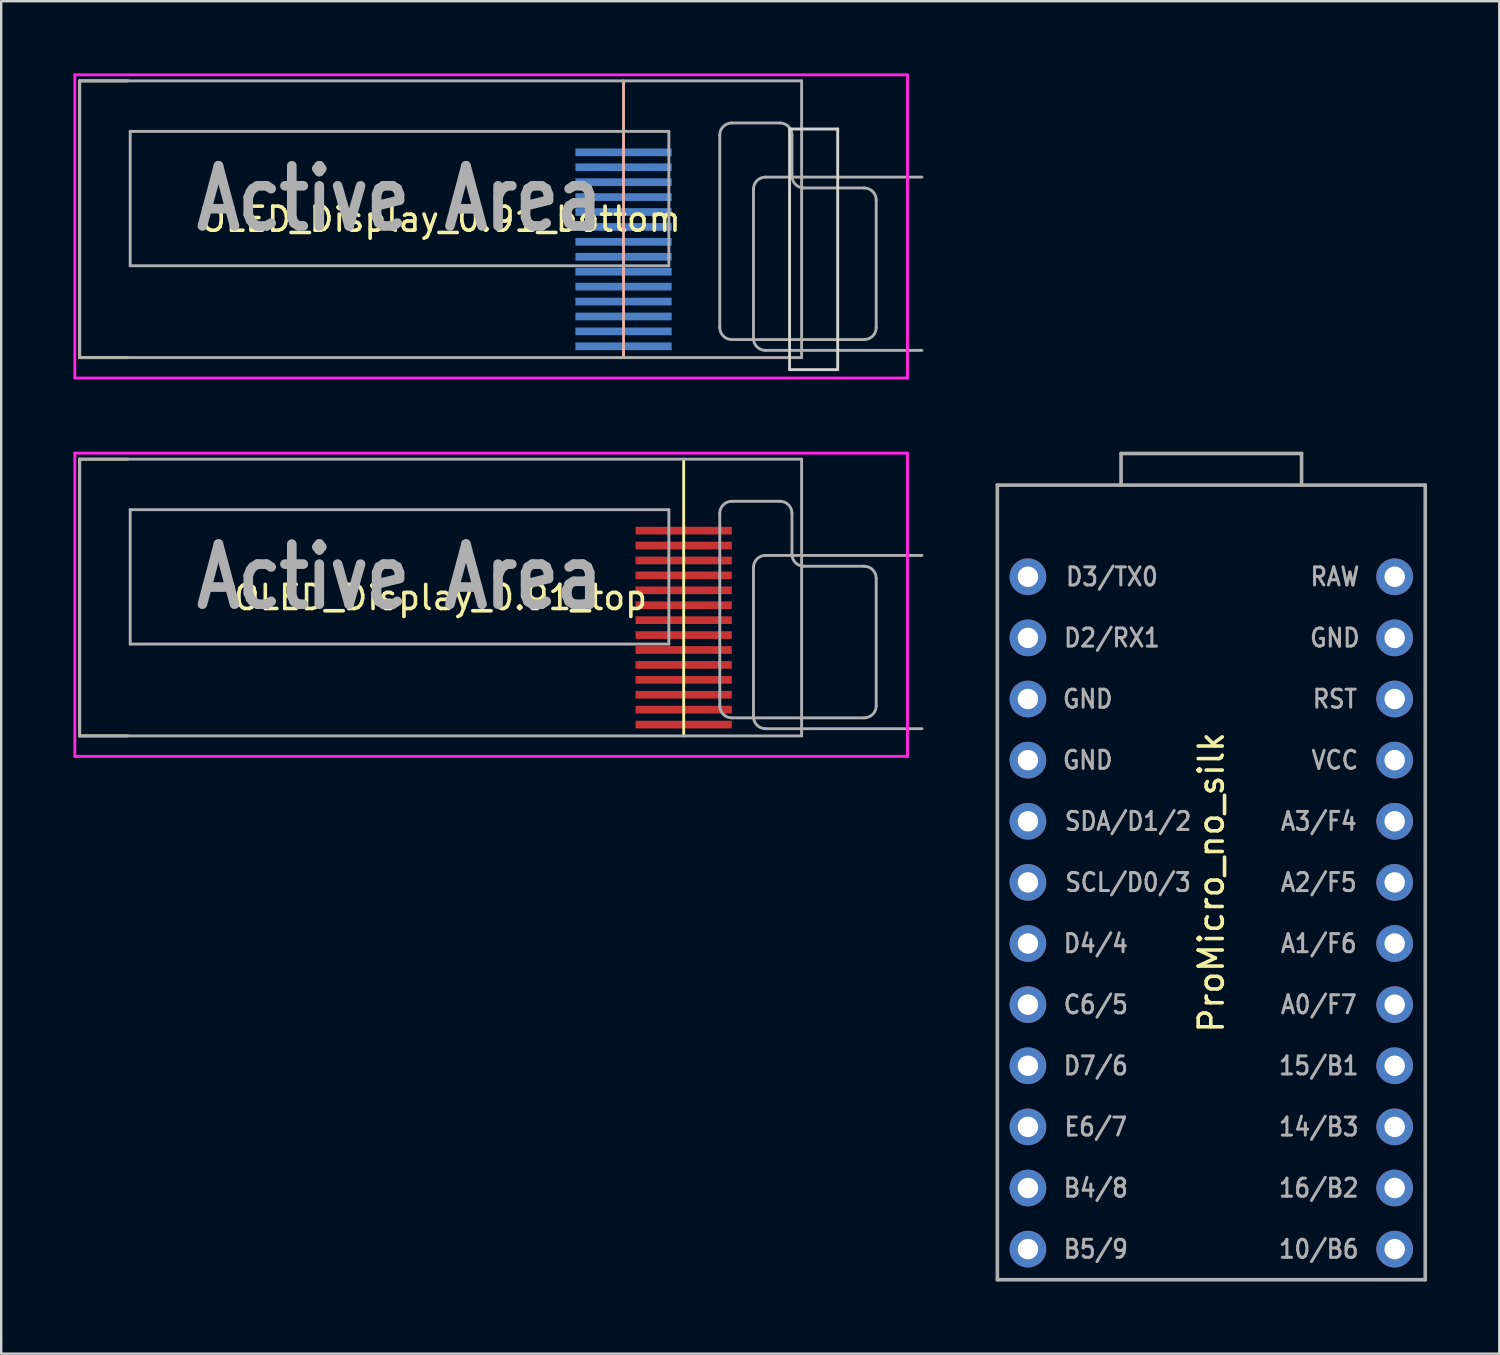
<source format=kicad_pcb>
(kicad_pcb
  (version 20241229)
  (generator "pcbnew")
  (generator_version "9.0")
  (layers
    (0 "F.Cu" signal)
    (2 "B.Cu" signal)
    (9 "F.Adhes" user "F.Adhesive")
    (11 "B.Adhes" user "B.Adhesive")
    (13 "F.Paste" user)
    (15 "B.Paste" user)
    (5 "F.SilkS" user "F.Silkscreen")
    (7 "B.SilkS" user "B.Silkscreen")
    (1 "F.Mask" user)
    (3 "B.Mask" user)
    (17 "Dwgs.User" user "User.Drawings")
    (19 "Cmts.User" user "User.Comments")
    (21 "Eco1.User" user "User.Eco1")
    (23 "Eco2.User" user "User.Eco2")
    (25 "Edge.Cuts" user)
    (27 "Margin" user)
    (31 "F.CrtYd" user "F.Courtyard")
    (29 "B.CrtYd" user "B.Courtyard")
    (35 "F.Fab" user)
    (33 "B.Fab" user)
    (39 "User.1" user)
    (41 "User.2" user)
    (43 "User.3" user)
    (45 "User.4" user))
  (footprint "OLED_Display_0.91_top"
    (layer "F.Cu")
    (at 15.26 21.78)
    (property "Reference" "OLED_Display_0.91_top" (at 0 0 0) (layer "F.SilkS") (effects (font (size 1 1) (thickness 0.15))))
    (attr smd)
    (fp_line (start -15 -5.75) (end -15 5.75) (stroke (width 0.12) (type solid)) (layer "F.SilkS"))
    (fp_line (start -15 5.75) (end -13 5.75) (stroke (width 0.12) (type solid)) (layer "F.SilkS"))
    (fp_line (start -13 -5.75) (end -15 -5.75) (stroke (width 0.12) (type solid)) (layer "F.SilkS"))
    (fp_line (start 10.1 -5.75) (end 10.1 5.75) (stroke (width 0.12) (type solid)) (layer "F.SilkS"))
    (fp_line (start -14.5 -5.4) (end 11.4 -5.4) (stroke (width 0.12) (type solid)) (layer "Eco1.User"))
    (fp_line (start -14.5 4.6) (end -14.5 -5.4) (stroke (width 0.12) (type solid)) (layer "Eco1.User"))
    (fp_line (start 11.4 -5.4) (end 11.4 4.6) (stroke (width 0.12) (type solid)) (layer "Eco1.User"))
    (fp_line (start 11.4 4.6) (end -14.5 4.6) (stroke (width 0.12) (type solid)) (layer "Eco1.User"))
    (fp_line (start -15.2 -6) (end 19.4 -6) (stroke (width 0.12) (type solid)) (layer "F.CrtYd"))
    (fp_line (start -15.2 6.6) (end -15.2 -6) (stroke (width 0.12) (type solid)) (layer "F.CrtYd"))
    (fp_line (start 19.4 -6) (end 19.4 6.6) (stroke (width 0.12) (type solid)) (layer "F.CrtYd"))
    (fp_line (start 19.4 6.6) (end -15.2 6.6) (stroke (width 0.12) (type solid)) (layer "F.CrtYd"))
    (fp_line (start -15 -5.75) (end 15 -5.75) (stroke (width 0.12) (type solid)) (layer "F.Fab"))
    (fp_line (start -15 5.75) (end -15 -5.75) (stroke (width 0.12) (type solid)) (layer "F.Fab"))
    (fp_line (start -12.9 -3.65) (end 9.484 -3.65) (stroke (width 0.12) (type solid)) (layer "F.Fab"))
    (fp_line (start -12.9 1.934) (end -12.9 -3.65) (stroke (width 0.12) (type solid)) (layer "F.Fab"))
    (fp_line (start 9.484 -3.65) (end 9.484 1.934) (stroke (width 0.12) (type solid)) (layer "F.Fab"))
    (fp_line (start 9.484 1.934) (end -12.9 1.934) (stroke (width 0.12) (type solid)) (layer "F.Fab"))
    (fp_line (start 11.6 4.5) (end 11.6 -3.5) (stroke (width 0.12) (type solid)) (layer "F.Fab"))
    (fp_line (start 12.1 -4) (end 14.1 -4) (stroke (width 0.12) (type solid)) (layer "F.Fab"))
    (fp_line (start 13 -1.25) (end 13 4.95) (stroke (width 0.12) (type solid)) (layer "F.Fab"))
    (fp_line (start 13.5 5.45) (end 20 5.45) (stroke (width 0.12) (type solid)) (layer "F.Fab"))
    (fp_line (start 14.6 -3.5) (end 14.6 -1.8) (stroke (width 0.12) (type solid)) (layer "F.Fab"))
    (fp_line (start 15 -5.75) (end 15 5.75) (stroke (width 0.12) (type solid)) (layer "F.Fab"))
    (fp_line (start 15 5.75) (end -15 5.75) (stroke (width 0.12) (type solid)) (layer "F.Fab"))
    (fp_line (start 15.1 -1.3) (end 17.6 -1.3) (stroke (width 0.12) (type solid)) (layer "F.Fab"))
    (fp_line (start 17.6 5) (end 12.1 5) (stroke (width 0.12) (type solid)) (layer "F.Fab"))
    (fp_line (start 18.1 -0.8) (end 18.1 4.5) (stroke (width 0.12) (type solid)) (layer "F.Fab"))
    (fp_line (start 20 -1.75) (end 13.5 -1.75) (stroke (width 0.12) (type solid)) (layer "F.Fab"))
    (fp_arc (start 11.6 -3.5) (mid 11.746447 -3.853553) (end 12.1 -4) (stroke (width 0.12) (type solid)) (layer "F.Fab"))
    (fp_arc (start 12.1 5) (mid 11.746447 4.853553) (end 11.6 4.5) (stroke (width 0.12) (type solid)) (layer "F.Fab"))
    (fp_arc (start 13 -1.25) (mid 13.146447 -1.603553) (end 13.5 -1.75) (stroke (width 0.12) (type solid)) (layer "F.Fab"))
    (fp_arc (start 13.5 5.45) (mid 13.146447 5.303553) (end 13 4.95) (stroke (width 0.12) (type solid)) (layer "F.Fab"))
    (fp_arc (start 14.1 -4) (mid 14.453553 -3.853553) (end 14.6 -3.5) (stroke (width 0.12) (type solid)) (layer "F.Fab"))
    (fp_arc (start 15.1 -1.3) (mid 14.746447 -1.446447) (end 14.6 -1.8) (stroke (width 0.12) (type solid)) (layer "F.Fab"))
    (fp_arc (start 17.6 -1.3) (mid 17.953553 -1.153553) (end 18.1 -0.8) (stroke (width 0.12) (type solid)) (layer "F.Fab"))
    (fp_arc (start 18.1 4.5) (mid 17.953553 4.853553) (end 17.6 5) (stroke (width 0.12) (type solid)) (layer "F.Fab"))
    (fp_text user "Active Area" (at -1.708 -0.858 0) (layer "F.Fab") (effects (font (size 2.5 2) (thickness 0.4))))
    (pad "1" smd rect (at 10.1 5.28) (size 4 0.32) (layers "F.Cu" "F.Mask" "F.Paste"))
    (pad "2" smd rect (at 10.1 4.66) (size 4 0.32) (layers "F.Cu" "F.Mask" "F.Paste"))
    (pad "3" smd rect (at 10.1 4.04) (size 4 0.32) (layers "F.Cu" "F.Mask" "F.Paste"))
    (pad "4" smd rect (at 10.1 3.42) (size 4 0.32) (layers "F.Cu" "F.Mask" "F.Paste"))
    (pad "5" smd rect (at 10.1 2.8) (size 4 0.32) (layers "F.Cu" "F.Mask" "F.Paste"))
    (pad "6" smd rect (at 10.1 2.18) (size 4 0.32) (layers "F.Cu" "F.Mask" "F.Paste"))
    (pad "7" smd rect (at 10.1 1.56) (size 4 0.32) (layers "F.Cu" "F.Mask" "F.Paste"))
    (pad "8" smd rect (at 10.1 0.94) (size 4 0.32) (layers "F.Cu" "F.Mask" "F.Paste"))
    (pad "9" smd rect (at 10.1 0.32) (size 4 0.32) (layers "F.Cu" "F.Mask" "F.Paste"))
    (pad "10" smd rect (at 10.1 -0.3) (size 4 0.32) (layers "F.Cu" "F.Mask" "F.Paste"))
    (pad "11" smd rect (at 10.1 -0.92) (size 4 0.32) (layers "F.Cu" "F.Mask" "F.Paste"))
    (pad "12" smd rect (at 10.1 -1.54) (size 4 0.32) (layers "F.Cu" "F.Mask" "F.Paste"))
    (pad "13" smd rect (at 10.1 -2.16) (size 4 0.32) (layers "F.Cu" "F.Mask" "F.Paste"))
    (pad "14" smd rect (at 10.1 -2.78) (size 4 0.32) (layers "F.Cu" "F.Mask" "F.Paste")))
  (footprint "OLED_Display_0.91_bottom"
    (layer "F.Cu")
    (at 15.26 6.06)
    (property "Reference" "OLED_Display_0.91_bottom" (at 0 0 0) (layer "F.SilkS") (effects (font (size 1 1) (thickness 0.15))))
    (attr smd)
    (fp_line (start -15 -5.75) (end -15 5.75) (stroke (width 0.12) (type solid)) (layer "F.SilkS"))
    (fp_line (start -15 5.75) (end -13 5.75) (stroke (width 0.12) (type solid)) (layer "F.SilkS"))
    (fp_line (start -13 -5.75) (end -15 -5.75) (stroke (width 0.12) (type solid)) (layer "F.SilkS"))
    (fp_line (start 7.6 -5.75) (end 7.6 5.75) (stroke (width 0.12) (type solid)) (layer "B.SilkS"))
    (fp_line (start -14.5 -5.4) (end 11.4 -5.4) (stroke (width 0.12) (type solid)) (layer "Eco1.User"))
    (fp_line (start -14.5 4.6) (end -14.5 -5.4) (stroke (width 0.12) (type solid)) (layer "Eco1.User"))
    (fp_line (start 11.4 -5.4) (end 11.4 4.6) (stroke (width 0.12) (type solid)) (layer "Eco1.User"))
    (fp_line (start 11.4 4.6) (end -14.5 4.6) (stroke (width 0.12) (type solid)) (layer "Eco1.User"))
    (fp_line (start 14.5 -3.75) (end 16.5 -3.75) (stroke (width 0.12) (type solid)) (layer "Edge.Cuts"))
    (fp_line (start 14.5 6.25) (end 14.5 -3.75) (stroke (width 0.12) (type solid)) (layer "Edge.Cuts"))
    (fp_line (start 16.5 -3.75) (end 16.5 6.25) (stroke (width 0.12) (type solid)) (layer "Edge.Cuts"))
    (fp_line (start 16.5 6.25) (end 14.5 6.25) (stroke (width 0.12) (type solid)) (layer "Edge.Cuts"))
    (fp_line (start -15.2 -6) (end 19.4 -6) (stroke (width 0.12) (type solid)) (layer "F.CrtYd"))
    (fp_line (start -15.2 6.6) (end -15.2 -6) (stroke (width 0.12) (type solid)) (layer "F.CrtYd"))
    (fp_line (start 19.4 -6) (end 19.4 6.6) (stroke (width 0.12) (type solid)) (layer "F.CrtYd"))
    (fp_line (start 19.4 6.6) (end -15.2 6.6) (stroke (width 0.12) (type solid)) (layer "F.CrtYd"))
    (fp_line (start -15 -5.75) (end 15 -5.75) (stroke (width 0.12) (type solid)) (layer "F.Fab"))
    (fp_line (start -15 5.75) (end -15 -5.75) (stroke (width 0.12) (type solid)) (layer "F.Fab"))
    (fp_line (start -12.9 -3.65) (end 9.484 -3.65) (stroke (width 0.12) (type solid)) (layer "F.Fab"))
    (fp_line (start -12.9 1.934) (end -12.9 -3.65) (stroke (width 0.12) (type solid)) (layer "F.Fab"))
    (fp_line (start 9.484 -3.65) (end 9.484 1.934) (stroke (width 0.12) (type solid)) (layer "F.Fab"))
    (fp_line (start 9.484 1.934) (end -12.9 1.934) (stroke (width 0.12) (type solid)) (layer "F.Fab"))
    (fp_line (start 11.6 4.5) (end 11.6 -3.5) (stroke (width 0.12) (type solid)) (layer "F.Fab"))
    (fp_line (start 12.1 -4) (end 14.1 -4) (stroke (width 0.12) (type solid)) (layer "F.Fab"))
    (fp_line (start 13 -1.25) (end 13 4.95) (stroke (width 0.12) (type solid)) (layer "F.Fab"))
    (fp_line (start 13.5 5.45) (end 20 5.45) (stroke (width 0.12) (type solid)) (layer "F.Fab"))
    (fp_line (start 14.6 -3.5) (end 14.6 -1.8) (stroke (width 0.12) (type solid)) (layer "F.Fab"))
    (fp_line (start 15 -5.75) (end 15 5.75) (stroke (width 0.12) (type solid)) (layer "F.Fab"))
    (fp_line (start 15 5.75) (end -15 5.75) (stroke (width 0.12) (type solid)) (layer "F.Fab"))
    (fp_line (start 15.1 -1.3) (end 17.6 -1.3) (stroke (width 0.12) (type solid)) (layer "F.Fab"))
    (fp_line (start 17.6 5) (end 12.1 5) (stroke (width 0.12) (type solid)) (layer "F.Fab"))
    (fp_line (start 18.1 -0.8) (end 18.1 4.5) (stroke (width 0.12) (type solid)) (layer "F.Fab"))
    (fp_line (start 20 -1.75) (end 13.5 -1.75) (stroke (width 0.12) (type solid)) (layer "F.Fab"))
    (fp_arc (start 11.6 -3.5) (mid 11.746447 -3.853553) (end 12.1 -4) (stroke (width 0.12) (type solid)) (layer "F.Fab"))
    (fp_arc (start 12.1 5) (mid 11.746447 4.853553) (end 11.6 4.5) (stroke (width 0.12) (type solid)) (layer "F.Fab"))
    (fp_arc (start 13 -1.25) (mid 13.146447 -1.603553) (end 13.5 -1.75) (stroke (width 0.12) (type solid)) (layer "F.Fab"))
    (fp_arc (start 13.5 5.45) (mid 13.146447 5.303553) (end 13 4.95) (stroke (width 0.12) (type solid)) (layer "F.Fab"))
    (fp_arc (start 14.1 -4) (mid 14.453553 -3.853553) (end 14.6 -3.5) (stroke (width 0.12) (type solid)) (layer "F.Fab"))
    (fp_arc (start 15.1 -1.3) (mid 14.746447 -1.446447) (end 14.6 -1.8) (stroke (width 0.12) (type solid)) (layer "F.Fab"))
    (fp_arc (start 17.6 -1.3) (mid 17.953553 -1.153553) (end 18.1 -0.8) (stroke (width 0.12) (type solid)) (layer "F.Fab"))
    (fp_arc (start 18.1 4.5) (mid 17.953553 4.853553) (end 17.6 5) (stroke (width 0.12) (type solid)) (layer "F.Fab"))
    (fp_text user "Active Area" (at -1.708 -0.858 0) (layer "F.Fab") (effects (font (size 2.5 2) (thickness 0.4))))
    (pad "1" smd rect (at 7.6 5.28) (size 4 0.32) (layers "B.Cu" "B.Mask" "B.Paste"))
    (pad "2" smd rect (at 7.6 4.66) (size 4 0.32) (layers "B.Cu" "B.Mask" "B.Paste"))
    (pad "3" smd rect (at 7.6 4.04) (size 4 0.32) (layers "B.Cu" "B.Mask" "B.Paste"))
    (pad "4" smd rect (at 7.6 3.42) (size 4 0.32) (layers "B.Cu" "B.Mask" "B.Paste"))
    (pad "5" smd rect (at 7.6 2.8) (size 4 0.32) (layers "B.Cu" "B.Mask" "B.Paste"))
    (pad "6" smd rect (at 7.6 2.18) (size 4 0.32) (layers "B.Cu" "B.Mask" "B.Paste"))
    (pad "7" smd rect (at 7.6 1.56) (size 4 0.32) (layers "B.Cu" "B.Mask" "B.Paste"))
    (pad "8" smd rect (at 7.6 0.94) (size 4 0.32) (layers "B.Cu" "B.Mask" "B.Paste"))
    (pad "9" smd rect (at 7.6 0.32) (size 4 0.32) (layers "B.Cu" "B.Mask" "B.Paste"))
    (pad "10" smd rect (at 7.6 -0.3) (size 4 0.32) (layers "B.Cu" "B.Mask" "B.Paste"))
    (pad "11" smd rect (at 7.6 -0.92) (size 4 0.32) (layers "B.Cu" "B.Mask" "B.Paste"))
    (pad "12" smd rect (at 7.6 -1.54) (size 4 0.32) (layers "B.Cu" "B.Mask" "B.Paste"))
    (pad "13" smd rect (at 7.6 -2.16) (size 4 0.32) (layers "B.Cu" "B.Mask" "B.Paste"))
    (pad "14" smd rect (at 7.6 -2.78) (size 4 0.32) (layers "B.Cu" "B.Mask" "B.Paste")))
  (footprint "ProMicro_no_silk"
    (layer "F.Cu")
    (at 47.285 33.617)
    (property "Reference" "ProMicro_no_silk" (at 0 0 270) (layer "F.SilkS") (effects (font (size 1 1) (thickness 0.15))))
    (attr through_hole)
    (fp_line (start -8.89 -16.51) (end -3.75 -16.51) (stroke (width 0.15) (type solid)) (layer "F.Fab"))
    (fp_line (start -8.89 16.51) (end -8.89 -16.51) (stroke (width 0.15) (type solid)) (layer "F.Fab"))
    (fp_line (start -3.75 -17.822) (end -3.75 -16.51) (stroke (width 0.15) (type solid)) (layer "F.Fab"))
    (fp_line (start -3.75 -17.822) (end 3.75 -17.822) (stroke (width 0.15) (type solid)) (layer "F.Fab"))
    (fp_line (start -3.75 -16.51) (end 3.75 -16.51) (stroke (width 0.15) (type solid)) (layer "F.Fab"))
    (fp_line (start 3.75 -17.822) (end 3.75 -16.51) (stroke (width 0.15) (type solid)) (layer "F.Fab"))
    (fp_line (start 3.75 -16.51) (end 8.89 -16.51) (stroke (width 0.15) (type solid)) (layer "F.Fab"))
    (fp_line (start 8.89 -16.51) (end 8.89 16.51) (stroke (width 0.15) (type solid)) (layer "F.Fab"))
    (fp_line (start 8.89 16.51) (end -8.89 16.51) (stroke (width 0.15) (type solid)) (layer "F.Fab"))
    (fp_text user "D7/6" (at -4.799 7.62 0) (layer "F.Fab") (effects (font (size 0.75 0.67) (thickness 0.125))))
    (fp_text user "C6/5" (at -4.799 5.08 0) (layer "F.Fab") (effects (font (size 0.75 0.67) (thickness 0.125))))
    (fp_text user "B5/9" (at -4.799 15.24 0) (layer "F.Fab") (effects (font (size 0.75 0.67) (thickness 0.125))))
    (fp_text user "GND" (at -5.134 -7.62 0) (layer "F.Fab") (effects (font (size 0.75 0.67) (thickness 0.125))))
    (fp_text user "E6/7" (at -4.799 10.16 0) (layer "F.Fab") (effects (font (size 0.75 0.67) (thickness 0.125))))
    (fp_text user "VCC" (at 5.136 -5.08 0) (layer "F.Fab") (effects (font (size 0.75 0.67) (thickness 0.125))))
    (fp_text user "D4/4" (at -4.799 2.54 0) (layer "F.Fab") (effects (font (size 0.75 0.67) (thickness 0.125))))
    (fp_text user "14/B3" (at 4.466 10.16 0) (layer "F.Fab") (effects (font (size 0.75 0.67) (thickness 0.125))))
    (fp_text user "15/B1" (at 4.466 7.62 0) (layer "F.Fab") (effects (font (size 0.75 0.67) (thickness 0.125))))
    (fp_text user "SCL/D0/3" (at -3.459 0 0) (layer "F.Fab") (effects (font (size 0.75 0.67) (thickness 0.125))))
    (fp_text user "16/B2" (at 4.466 12.7 0) (layer "F.Fab") (effects (font (size 0.75 0.67) (thickness 0.125))))
    (fp_text user "D2/RX1" (at -4.129 -10.16 0) (layer "F.Fab") (effects (font (size 0.75 0.67) (thickness 0.125))))
    (fp_text user "A1/F6" (at 4.466 2.54 0) (layer "F.Fab") (effects (font (size 0.75 0.67) (thickness 0.125))))
    (fp_text user "GND" (at 5.136 -10.16 0) (layer "F.Fab") (effects (font (size 0.75 0.67) (thickness 0.125))))
    (fp_text user "D3/TX0" (at -4.129 -12.7 0) (layer "F.Fab") (effects (font (size 0.75 0.67) (thickness 0.125))))
    (fp_text user "SDA/D1/2" (at -3.459 -2.54 0) (layer "F.Fab") (effects (font (size 0.75 0.67) (thickness 0.125))))
    (fp_text user "RST" (at 5.136 -7.62 0) (layer "F.Fab") (effects (font (size 0.75 0.67) (thickness 0.125))))
    (fp_text user "A3/F4" (at 4.466 -2.54 0) (layer "F.Fab") (effects (font (size 0.75 0.67) (thickness 0.125))))
    (fp_text user "10/B6" (at 4.466 15.24 0) (layer "F.Fab") (effects (font (size 0.75 0.67) (thickness 0.125))))
    (fp_text user "GND" (at -5.134 -5.08 0) (layer "F.Fab") (effects (font (size 0.75 0.67) (thickness 0.125))))
    (fp_text user "A2/F5" (at 4.466 0 0) (layer "F.Fab") (effects (font (size 0.75 0.67) (thickness 0.125))))
    (fp_text user "A0/F7" (at 4.466 5.08 0) (layer "F.Fab") (effects (font (size 0.75 0.67) (thickness 0.125))))
    (fp_text user "RAW" (at 5.136 -12.7 0) (layer "F.Fab") (effects (font (size 0.75 0.67) (thickness 0.125))))
    (fp_text user "B4/8" (at -4.799 12.7 0) (layer "F.Fab") (effects (font (size 0.75 0.67) (thickness 0.125))))
    (pad "1" thru_hole circle (at -7.62 -12.7) (size 1.524 1.524) (drill 0.85) (layers "*.Cu" "*.Mask"))
    (pad "2" thru_hole circle (at -7.62 -10.16) (size 1.524 1.524) (drill 0.85) (layers "*.Cu" "*.Mask"))
    (pad "3" thru_hole circle (at -7.62 -7.62) (size 1.524 1.524) (drill 0.85) (layers "*.Cu" "*.Mask"))
    (pad "4" thru_hole circle (at -7.62 -5.08) (size 1.524 1.524) (drill 0.85) (layers "*.Cu" "*.Mask"))
    (pad "5" thru_hole circle (at -7.62 -2.54) (size 1.524 1.524) (drill 0.85) (layers "*.Cu" "*.Mask"))
    (pad "6" thru_hole circle (at -7.62 0) (size 1.524 1.524) (drill 0.85) (layers "*.Cu" "*.Mask"))
    (pad "7" thru_hole circle (at -7.62 2.54) (size 1.524 1.524) (drill 0.85) (layers "*.Cu" "*.Mask"))
    (pad "8" thru_hole circle (at -7.62 5.08) (size 1.524 1.524) (drill 0.85) (layers "*.Cu" "*.Mask"))
    (pad "9" thru_hole circle (at -7.62 7.62) (size 1.524 1.524) (drill 0.85) (layers "*.Cu" "*.Mask"))
    (pad "10" thru_hole circle (at -7.62 10.16) (size 1.524 1.524) (drill 0.85) (layers "*.Cu" "*.Mask"))
    (pad "11" thru_hole circle (at -7.62 12.7) (size 1.524 1.524) (drill 0.85) (layers "*.Cu" "*.Mask"))
    (pad "12" thru_hole circle (at -7.62 15.24) (size 1.524 1.524) (drill 0.85) (layers "*.Cu" "*.Mask"))
    (pad "13" thru_hole circle (at 7.62 15.24) (size 1.524 1.524) (drill 0.85) (layers "*.Cu" "*.Mask"))
    (pad "14" thru_hole circle (at 7.62 12.7) (size 1.524 1.524) (drill 0.85) (layers "*.Cu" "*.Mask"))
    (pad "15" thru_hole circle (at 7.62 10.16) (size 1.524 1.524) (drill 0.85) (layers "*.Cu" "*.Mask"))
    (pad "16" thru_hole circle (at 7.62 7.62) (size 1.524 1.524) (drill 0.85) (layers "*.Cu" "*.Mask"))
    (pad "17" thru_hole circle (at 7.62 5.08) (size 1.524 1.524) (drill 0.85) (layers "*.Cu" "*.Mask"))
    (pad "18" thru_hole circle (at 7.62 2.54) (size 1.524 1.524) (drill 0.85) (layers "*.Cu" "*.Mask"))
    (pad "19" thru_hole circle (at 7.62 0) (size 1.524 1.524) (drill 0.85) (layers "*.Cu" "*.Mask"))
    (pad "20" thru_hole circle (at 7.62 -2.54) (size 1.524 1.524) (drill 0.85) (layers "*.Cu" "*.Mask"))
    (pad "21" thru_hole circle (at 7.62 -5.08) (size 1.524 1.524) (drill 0.85) (layers "*.Cu" "*.Mask"))
    (pad "22" thru_hole circle (at 7.62 -7.62) (size 1.524 1.524) (drill 0.85) (layers "*.Cu" "*.Mask"))
    (pad "23" thru_hole circle (at 7.62 -10.16) (size 1.524 1.524) (drill 0.85) (layers "*.Cu" "*.Mask"))
    (pad "24" thru_hole circle (at 7.62 -12.7) (size 1.524 1.524) (drill 0.85) (layers "*.Cu" "*.Mask")))
  (gr_rect
    (start -3 -3)
    (end 59.25 53.202)
    (stroke (width 0.1) (type default))
    (fill no)
    (layer "Edge.Cuts")))
</source>
